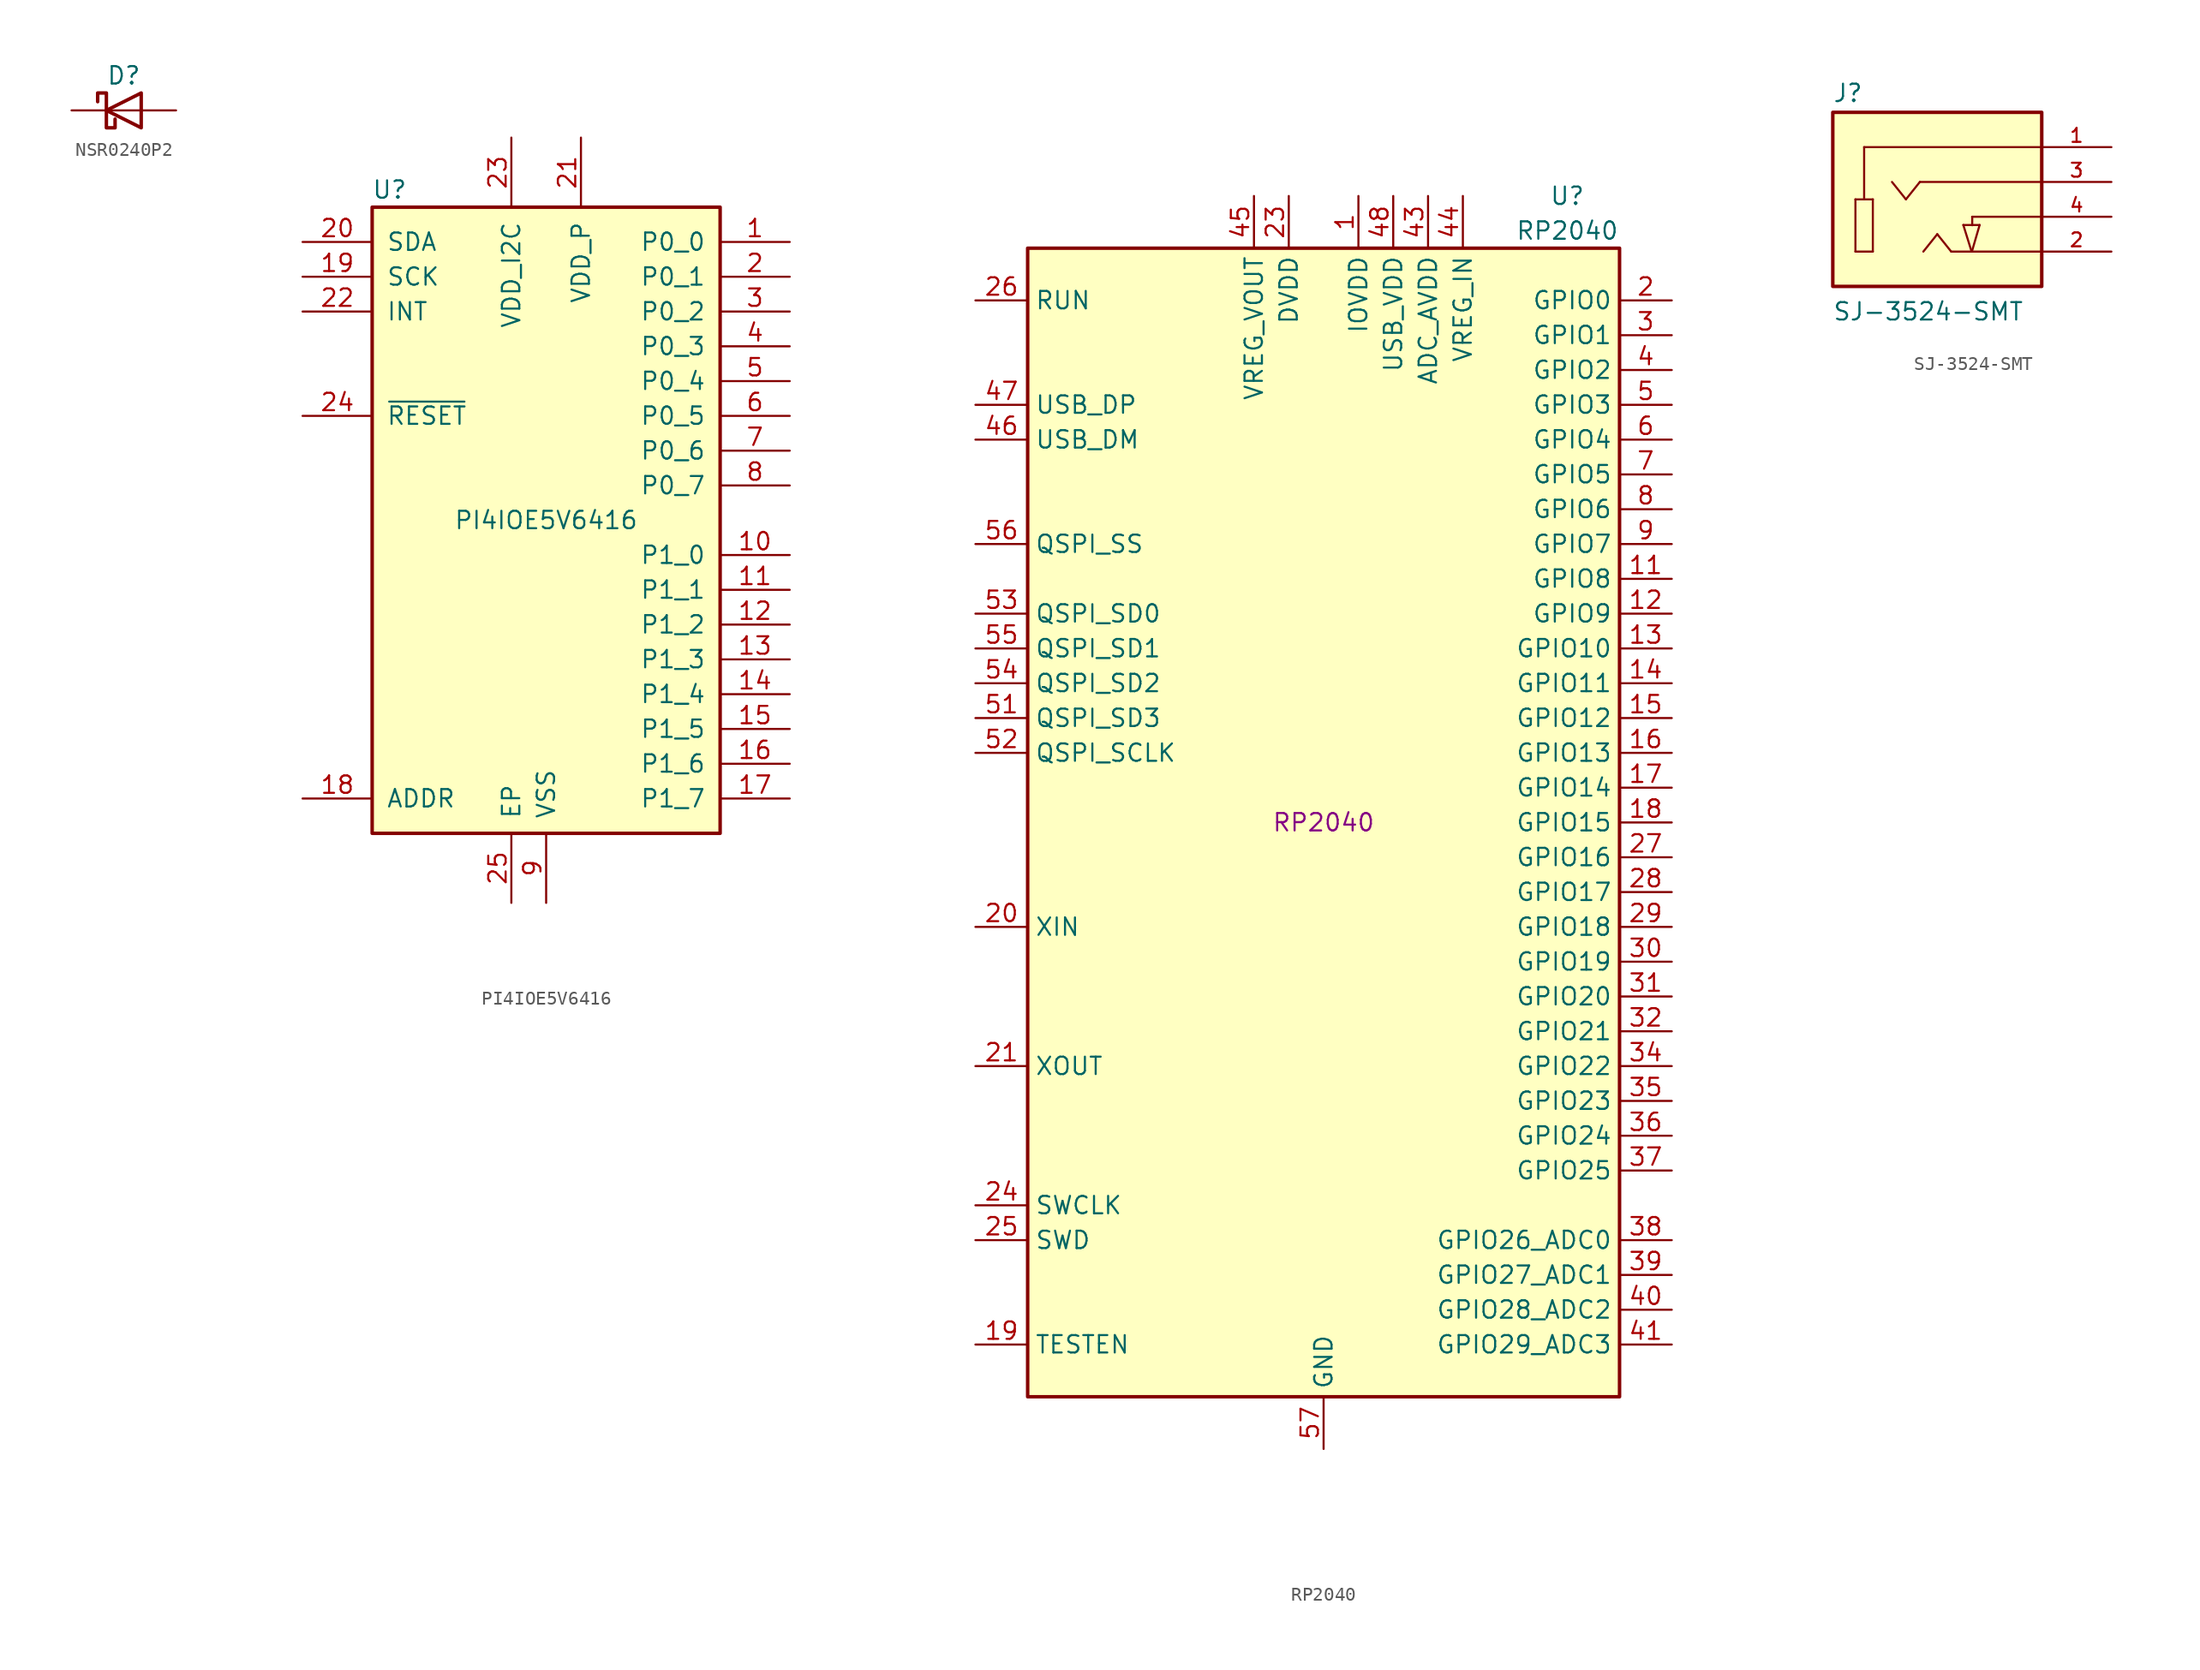
<source format=kicad_sym>
(kicad_symbol_lib
  (version 20220914)
  (generator kicad_symbol_editor)
  (symbol "NSR0240P2"
    (pin_numbers hide)
    (pin_names
      (offset 1.016) hide)
    (property "Reference" "D"
      (at 0 2.54 0)
      (effects (font (size 1.27 1.27))))
    (symbol "NSR0240P2_0_1"
      (polyline (pts (xy 1.27 0) (xy -1.27 0)) (stroke (width 0) (type default)) (fill (type none)))
      (polyline (pts (xy 1.27 1.27) (xy 1.27 -1.27) (xy -1.27 0) (xy 1.27 1.27)) (stroke (width 0.254) (type default)) (fill (type none)))
      (polyline (pts (xy -1.905 0.635) (xy -1.905 1.27) (xy -1.27 1.27) (xy -1.27 -1.27) (xy -0.635 -1.27) (xy -0.635 -0.635)) (stroke (width 0.254) (type default)) (fill (type none))))
    (symbol "NSR0240P2_1_1"
      (pin passive line (at -3.81 0 0) (length 2.54) (name "K" (effects (font (size 1.27 1.27)))) (number "1" (effects (font (size 1.27 1.27)))))
      (pin passive line (at 3.81 0 180) (length 2.54) (name "A" (effects (font (size 1.27 1.27)))) (number "2" (effects (font (size 1.27 1.27)))))))
  (symbol "PI4IOE5V6416"
    (pin_names
      (offset 1.016))
    (property "Reference" "U"
      (at -11.43 24.13 0)
      (effects (font (size 1.27 1.27))))
    (property "Value" "PI4IOE5V6416"
      (at 0 0 0)
      (effects (font (size 1.27 1.27))))
    (symbol "PI4IOE5V6416_0_1"
      (rectangle (start -12.7 22.86) (end 12.7 -22.86) (stroke (width 0.254) (type default)) (fill (type background))))
    (symbol "PI4IOE5V6416_1_1"
      (pin bidirectional line (at 17.78 20.32 180) (length 5.08) (name "P0_0" (effects (font (size 1.27 1.27)))) (number "1" (effects (font (size 1.27 1.27)))))
      (pin bidirectional line (at 17.78 -2.54 180) (length 5.08) (name "P1_0" (effects (font (size 1.27 1.27)))) (number "10" (effects (font (size 1.27 1.27)))))
      (pin bidirectional line (at 17.78 -5.08 180) (length 5.08) (name "P1_1" (effects (font (size 1.27 1.27)))) (number "11" (effects (font (size 1.27 1.27)))))
      (pin bidirectional line (at 17.78 -7.62 180) (length 5.08) (name "P1_2" (effects (font (size 1.27 1.27)))) (number "12" (effects (font (size 1.27 1.27)))))
      (pin bidirectional line (at 17.78 -10.16 180) (length 5.08) (name "P1_3" (effects (font (size 1.27 1.27)))) (number "13" (effects (font (size 1.27 1.27)))))
      (pin bidirectional line (at 17.78 -12.7 180) (length 5.08) (name "P1_4" (effects (font (size 1.27 1.27)))) (number "14" (effects (font (size 1.27 1.27)))))
      (pin bidirectional line (at 17.78 -15.24 180) (length 5.08) (name "P1_5" (effects (font (size 1.27 1.27)))) (number "15" (effects (font (size 1.27 1.27)))))
      (pin bidirectional line (at 17.78 -17.78 180) (length 5.08) (name "P1_6" (effects (font (size 1.27 1.27)))) (number "16" (effects (font (size 1.27 1.27)))))
      (pin bidirectional line (at 17.78 -20.32 180) (length 5.08) (name "P1_7" (effects (font (size 1.27 1.27)))) (number "17" (effects (font (size 1.27 1.27)))))
      (pin input line (at -17.78 -20.32 0) (length 5.08) (name "ADDR" (effects (font (size 1.27 1.27)))) (number "18" (effects (font (size 1.27 1.27)))))
      (pin input line (at -17.78 17.78 0) (length 5.08) (name "SCK" (effects (font (size 1.27 1.27)))) (number "19" (effects (font (size 1.27 1.27)))))
      (pin bidirectional line (at 17.78 17.78 180) (length 5.08) (name "P0_1" (effects (font (size 1.27 1.27)))) (number "2" (effects (font (size 1.27 1.27)))))
      (pin bidirectional line (at -17.78 20.32 0) (length 5.08) (name "SDA" (effects (font (size 1.27 1.27)))) (number "20" (effects (font (size 1.27 1.27)))))
      (pin power_in line (at 2.54 27.94 270) (length 5.08) (name "VDD_P" (effects (font (size 1.27 1.27)))) (number "21" (effects (font (size 1.27 1.27)))))
      (pin tri_state line (at -17.78 15.24 0) (length 5.08) (name "INT" (effects (font (size 1.27 1.27)))) (number "22" (effects (font (size 1.27 1.27)))))
      (pin power_in line (at -2.54 27.94 270) (length 5.08) (name "VDD_I2C" (effects (font (size 1.27 1.27)))) (number "23" (effects (font (size 1.27 1.27)))))
      (pin input line (at -17.78 7.62 0) (length 5.08) (name "~{RESET}" (effects (font (size 1.27 1.27)))) (number "24" (effects (font (size 1.27 1.27)))))
      (pin passive line (at -2.54 -27.94 90) (length 5.08) (name "EP" (effects (font (size 1.27 1.27)))) (number "25" (effects (font (size 1.27 1.27)))))
      (pin bidirectional line (at 17.78 15.24 180) (length 5.08) (name "P0_2" (effects (font (size 1.27 1.27)))) (number "3" (effects (font (size 1.27 1.27)))))
      (pin bidirectional line (at 17.78 12.7 180) (length 5.08) (name "P0_3" (effects (font (size 1.27 1.27)))) (number "4" (effects (font (size 1.27 1.27)))))
      (pin bidirectional line (at 17.78 10.16 180) (length 5.08) (name "P0_4" (effects (font (size 1.27 1.27)))) (number "5" (effects (font (size 1.27 1.27)))))
      (pin bidirectional line (at 17.78 7.62 180) (length 5.08) (name "P0_5" (effects (font (size 1.27 1.27)))) (number "6" (effects (font (size 1.27 1.27)))))
      (pin bidirectional line (at 17.78 5.08 180) (length 5.08) (name "P0_6" (effects (font (size 1.27 1.27)))) (number "7" (effects (font (size 1.27 1.27)))))
      (pin bidirectional line (at 17.78 2.54 180) (length 5.08) (name "P0_7" (effects (font (size 1.27 1.27)))) (number "8" (effects (font (size 1.27 1.27)))))
      (pin power_in line (at 0 -27.94 90) (length 5.08) (name "VSS" (effects (font (size 1.27 1.27)))) (number "9" (effects (font (size 1.27 1.27)))))))
  (symbol "RP2040"
    (property "Reference" "U"
      (at 17.78 45.72 0)
      (effects (font (size 1.27 1.27))))
    (property "Value" "RP2040"
      (at 17.78 43.18 0)
      (effects (font (size 1.27 1.27))))
    (property "Part Number" "RP2040"
      (at 0 0 0)
      (effects (font (size 1.27 1.27))))
    (symbol "RP2040_0_1"
      (rectangle (start -21.59 41.91) (end 21.59 -41.91) (stroke (width 0.254) (type default)) (fill (type background))))
    (symbol "RP2040_1_1"
      (pin power_in line (at 2.54 45.72 270) (length 3.81) (name "IOVDD" (effects (font (size 1.27 1.27)))) (number "1" (effects (font (size 1.27 1.27)))))
      (pin passive line (at 2.54 45.72 270) (length 3.81) hide (name "IOVDD" (effects (font (size 1.27 1.27)))) (number "10" (effects (font (size 1.27 1.27)))))
      (pin bidirectional line (at 25.4 17.78 180) (length 3.81) (name "GPIO8" (effects (font (size 1.27 1.27)))) (number "11" (effects (font (size 1.27 1.27)))))
      (pin bidirectional line (at 25.4 15.24 180) (length 3.81) (name "GPIO9" (effects (font (size 1.27 1.27)))) (number "12" (effects (font (size 1.27 1.27)))))
      (pin bidirectional line (at 25.4 12.7 180) (length 3.81) (name "GPIO10" (effects (font (size 1.27 1.27)))) (number "13" (effects (font (size 1.27 1.27)))))
      (pin bidirectional line (at 25.4 10.16 180) (length 3.81) (name "GPIO11" (effects (font (size 1.27 1.27)))) (number "14" (effects (font (size 1.27 1.27)))))
      (pin bidirectional line (at 25.4 7.62 180) (length 3.81) (name "GPIO12" (effects (font (size 1.27 1.27)))) (number "15" (effects (font (size 1.27 1.27)))))
      (pin bidirectional line (at 25.4 5.08 180) (length 3.81) (name "GPIO13" (effects (font (size 1.27 1.27)))) (number "16" (effects (font (size 1.27 1.27)))))
      (pin bidirectional line (at 25.4 2.54 180) (length 3.81) (name "GPIO14" (effects (font (size 1.27 1.27)))) (number "17" (effects (font (size 1.27 1.27)))))
      (pin bidirectional line (at 25.4 0 180) (length 3.81) (name "GPIO15" (effects (font (size 1.27 1.27)))) (number "18" (effects (font (size 1.27 1.27)))))
      (pin input line (at -25.4 -38.1 0) (length 3.81) (name "TESTEN" (effects (font (size 1.27 1.27)))) (number "19" (effects (font (size 1.27 1.27)))))
      (pin bidirectional line (at 25.4 38.1 180) (length 3.81) (name "GPIO0" (effects (font (size 1.27 1.27)))) (number "2" (effects (font (size 1.27 1.27)))))
      (pin input line (at -25.4 -7.62 0) (length 3.81) (name "XIN" (effects (font (size 1.27 1.27)))) (number "20" (effects (font (size 1.27 1.27)))))
      (pin passive line (at -25.4 -17.78 0) (length 3.81) (name "XOUT" (effects (font (size 1.27 1.27)))) (number "21" (effects (font (size 1.27 1.27)))))
      (pin passive line (at 2.54 45.72 270) (length 3.81) hide (name "IOVDD" (effects (font (size 1.27 1.27)))) (number "22" (effects (font (size 1.27 1.27)))))
      (pin power_in line (at -2.54 45.72 270) (length 3.81) (name "DVDD" (effects (font (size 1.27 1.27)))) (number "23" (effects (font (size 1.27 1.27)))))
      (pin output line (at -25.4 -27.94 0) (length 3.81) (name "SWCLK" (effects (font (size 1.27 1.27)))) (number "24" (effects (font (size 1.27 1.27)))))
      (pin bidirectional line (at -25.4 -30.48 0) (length 3.81) (name "SWD" (effects (font (size 1.27 1.27)))) (number "25" (effects (font (size 1.27 1.27)))))
      (pin input line (at -25.4 38.1 0) (length 3.81) (name "RUN" (effects (font (size 1.27 1.27)))) (number "26" (effects (font (size 1.27 1.27)))))
      (pin bidirectional line (at 25.4 -2.54 180) (length 3.81) (name "GPIO16" (effects (font (size 1.27 1.27)))) (number "27" (effects (font (size 1.27 1.27)))))
      (pin bidirectional line (at 25.4 -5.08 180) (length 3.81) (name "GPIO17" (effects (font (size 1.27 1.27)))) (number "28" (effects (font (size 1.27 1.27)))))
      (pin bidirectional line (at 25.4 -7.62 180) (length 3.81) (name "GPIO18" (effects (font (size 1.27 1.27)))) (number "29" (effects (font (size 1.27 1.27)))))
      (pin bidirectional line (at 25.4 35.56 180) (length 3.81) (name "GPIO1" (effects (font (size 1.27 1.27)))) (number "3" (effects (font (size 1.27 1.27)))))
      (pin bidirectional line (at 25.4 -10.16 180) (length 3.81) (name "GPIO19" (effects (font (size 1.27 1.27)))) (number "30" (effects (font (size 1.27 1.27)))))
      (pin bidirectional line (at 25.4 -12.7 180) (length 3.81) (name "GPIO20" (effects (font (size 1.27 1.27)))) (number "31" (effects (font (size 1.27 1.27)))))
      (pin bidirectional line (at 25.4 -15.24 180) (length 3.81) (name "GPIO21" (effects (font (size 1.27 1.27)))) (number "32" (effects (font (size 1.27 1.27)))))
      (pin passive line (at 2.54 45.72 270) (length 3.81) hide (name "IOVDD" (effects (font (size 1.27 1.27)))) (number "33" (effects (font (size 1.27 1.27)))))
      (pin bidirectional line (at 25.4 -17.78 180) (length 3.81) (name "GPIO22" (effects (font (size 1.27 1.27)))) (number "34" (effects (font (size 1.27 1.27)))))
      (pin bidirectional line (at 25.4 -20.32 180) (length 3.81) (name "GPIO23" (effects (font (size 1.27 1.27)))) (number "35" (effects (font (size 1.27 1.27)))))
      (pin bidirectional line (at 25.4 -22.86 180) (length 3.81) (name "GPIO24" (effects (font (size 1.27 1.27)))) (number "36" (effects (font (size 1.27 1.27)))))
      (pin bidirectional line (at 25.4 -25.4 180) (length 3.81) (name "GPIO25" (effects (font (size 1.27 1.27)))) (number "37" (effects (font (size 1.27 1.27)))))
      (pin bidirectional line (at 25.4 -30.48 180) (length 3.81) (name "GPIO26_ADC0" (effects (font (size 1.27 1.27)))) (number "38" (effects (font (size 1.27 1.27)))))
      (pin bidirectional line (at 25.4 -33.02 180) (length 3.81) (name "GPIO27_ADC1" (effects (font (size 1.27 1.27)))) (number "39" (effects (font (size 1.27 1.27)))))
      (pin bidirectional line (at 25.4 33.02 180) (length 3.81) (name "GPIO2" (effects (font (size 1.27 1.27)))) (number "4" (effects (font (size 1.27 1.27)))))
      (pin bidirectional line (at 25.4 -35.56 180) (length 3.81) (name "GPIO28_ADC2" (effects (font (size 1.27 1.27)))) (number "40" (effects (font (size 1.27 1.27)))))
      (pin bidirectional line (at 25.4 -38.1 180) (length 3.81) (name "GPIO29_ADC3" (effects (font (size 1.27 1.27)))) (number "41" (effects (font (size 1.27 1.27)))))
      (pin passive line (at 2.54 45.72 270) (length 3.81) hide (name "IOVDD" (effects (font (size 1.27 1.27)))) (number "42" (effects (font (size 1.27 1.27)))))
      (pin power_in line (at 7.62 45.72 270) (length 3.81) (name "ADC_AVDD" (effects (font (size 1.27 1.27)))) (number "43" (effects (font (size 1.27 1.27)))))
      (pin power_in line (at 10.16 45.72 270) (length 3.81) (name "VREG_IN" (effects (font (size 1.27 1.27)))) (number "44" (effects (font (size 1.27 1.27)))))
      (pin power_out line (at -5.08 45.72 270) (length 3.81) (name "VREG_VOUT" (effects (font (size 1.27 1.27)))) (number "45" (effects (font (size 1.27 1.27)))))
      (pin bidirectional line (at -25.4 27.94 0) (length 3.81) (name "USB_DM" (effects (font (size 1.27 1.27)))) (number "46" (effects (font (size 1.27 1.27)))))
      (pin bidirectional line (at -25.4 30.48 0) (length 3.81) (name "USB_DP" (effects (font (size 1.27 1.27)))) (number "47" (effects (font (size 1.27 1.27)))))
      (pin power_in line (at 5.08 45.72 270) (length 3.81) (name "USB_VDD" (effects (font (size 1.27 1.27)))) (number "48" (effects (font (size 1.27 1.27)))))
      (pin passive line (at 2.54 45.72 270) (length 3.81) hide (name "IOVDD" (effects (font (size 1.27 1.27)))) (number "49" (effects (font (size 1.27 1.27)))))
      (pin bidirectional line (at 25.4 30.48 180) (length 3.81) (name "GPIO3" (effects (font (size 1.27 1.27)))) (number "5" (effects (font (size 1.27 1.27)))))
      (pin passive line (at -2.54 45.72 270) (length 3.81) hide (name "DVDD" (effects (font (size 1.27 1.27)))) (number "50" (effects (font (size 1.27 1.27)))))
      (pin bidirectional line (at -25.4 7.62 0) (length 3.81) (name "QSPI_SD3" (effects (font (size 1.27 1.27)))) (number "51" (effects (font (size 1.27 1.27)))))
      (pin output line (at -25.4 5.08 0) (length 3.81) (name "QSPI_SCLK" (effects (font (size 1.27 1.27)))) (number "52" (effects (font (size 1.27 1.27)))))
      (pin bidirectional line (at -25.4 15.24 0) (length 3.81) (name "QSPI_SD0" (effects (font (size 1.27 1.27)))) (number "53" (effects (font (size 1.27 1.27)))))
      (pin bidirectional line (at -25.4 10.16 0) (length 3.81) (name "QSPI_SD2" (effects (font (size 1.27 1.27)))) (number "54" (effects (font (size 1.27 1.27)))))
      (pin bidirectional line (at -25.4 12.7 0) (length 3.81) (name "QSPI_SD1" (effects (font (size 1.27 1.27)))) (number "55" (effects (font (size 1.27 1.27)))))
      (pin bidirectional line (at -25.4 20.32 0) (length 3.81) (name "QSPI_SS" (effects (font (size 1.27 1.27)))) (number "56" (effects (font (size 1.27 1.27)))))
      (pin power_in line (at 0 -45.72 90) (length 3.81) (name "GND" (effects (font (size 1.27 1.27)))) (number "57" (effects (font (size 1.27 1.27)))))
      (pin bidirectional line (at 25.4 27.94 180) (length 3.81) (name "GPIO4" (effects (font (size 1.27 1.27)))) (number "6" (effects (font (size 1.27 1.27)))))
      (pin bidirectional line (at 25.4 25.4 180) (length 3.81) (name "GPIO5" (effects (font (size 1.27 1.27)))) (number "7" (effects (font (size 1.27 1.27)))))
      (pin bidirectional line (at 25.4 22.86 180) (length 3.81) (name "GPIO6" (effects (font (size 1.27 1.27)))) (number "8" (effects (font (size 1.27 1.27)))))
      (pin bidirectional line (at 25.4 20.32 180) (length 3.81) (name "GPIO7" (effects (font (size 1.27 1.27)))) (number "9" (effects (font (size 1.27 1.27)))))))
  (symbol "SJ-3524-SMT"
    (pin_names
      (offset 1.016))
    (property "Reference" "J"
      (at -7.641 8.278 0)
      (effects (font (size 1.27 1.27)) (justify left bottom)))
    (property "Value" "SJ-3524-SMT"
      (at -7.65 -7.659 0)
      (effects (font (size 1.27 1.27)) (justify left bottom)))
    (symbol "SJ-3524-SMT_0_0"
      (rectangle (start -7.62 -5.08) (end 7.62 7.62) (stroke (width 0.254) (type default)) (fill (type background)))
      (polyline (pts (xy -5.969 -2.54) (xy -4.699 -2.54)) (stroke (width 0.152) (type default)) (fill (type none)))
      (polyline (pts (xy -5.969 1.27) (xy -5.969 -2.54)) (stroke (width 0.152) (type default)) (fill (type none)))
      (polyline (pts (xy -5.334 1.27) (xy -5.969 1.27)) (stroke (width 0.152) (type default)) (fill (type none)))
      (polyline (pts (xy -5.334 1.27) (xy -5.334 5.08)) (stroke (width 0.152) (type default)) (fill (type none)))
      (polyline (pts (xy -5.334 5.08) (xy 7.62 5.08)) (stroke (width 0.152) (type default)) (fill (type none)))
      (polyline (pts (xy -4.699 -2.54) (xy -4.699 1.27)) (stroke (width 0.152) (type default)) (fill (type none)))
      (polyline (pts (xy -4.699 1.27) (xy -5.334 1.27)) (stroke (width 0.152) (type default)) (fill (type none)))
      (polyline (pts (xy -2.286 1.27) (xy -3.302 2.54)) (stroke (width 0.152) (type default)) (fill (type none)))
      (polyline (pts (xy -1.27 2.54) (xy -2.286 1.27)) (stroke (width 0.152) (type default)) (fill (type none)))
      (polyline (pts (xy -1.016 -2.54) (xy 0 -1.27)) (stroke (width 0.152) (type default)) (fill (type none)))
      (polyline (pts (xy 0 -1.27) (xy 1.016 -2.54)) (stroke (width 0.152) (type default)) (fill (type none)))
      (polyline (pts (xy 1.9 -0.6) (xy 2.5 -2.53)) (stroke (width 0.152) (type default)) (fill (type none)))
      (polyline (pts (xy 1.9 -0.6) (xy 3.09 -0.6)) (stroke (width 0.152) (type default)) (fill (type none)))
      (polyline (pts (xy 2.53 -2.52) (xy 2.53 -2.53)) (stroke (width 0.152) (type default)) (fill (type none)))
      (polyline (pts (xy 2.54 0) (xy 7.62 0)) (stroke (width 0.152) (type default)) (fill (type none)))
      (polyline (pts (xy 2.55 0) (xy 2.55 -0.62)) (stroke (width 0.152) (type default)) (fill (type none)))
      (polyline (pts (xy 3.09 -0.6) (xy 2.53 -2.52)) (stroke (width 0.152) (type default)) (fill (type none)))
      (polyline (pts (xy 7.62 -2.54) (xy 1.016 -2.54)) (stroke (width 0.152) (type default)) (fill (type none)))
      (polyline (pts (xy 7.62 2.54) (xy -1.27 2.54)) (stroke (width 0.152) (type default)) (fill (type none)))
      (pin passive line (at 12.7 5.08 180) (length 5.08) (name "~" (effects (font (size 1.016 1.016)))) (number "1" (effects (font (size 1.016 1.016)))))
      (pin passive line (at 12.7 -2.54 180) (length 5.08) (name "~" (effects (font (size 1.016 1.016)))) (number "2" (effects (font (size 1.016 1.016)))))
      (pin passive line (at 12.7 2.54 180) (length 5.08) (name "~" (effects (font (size 1.016 1.016)))) (number "3" (effects (font (size 1.016 1.016)))))
      (pin passive line (at 12.7 0 180) (length 5.08) (name "~" (effects (font (size 1.016 1.016)))) (number "4" (effects (font (size 1.016 1.016))))))))
</source>
